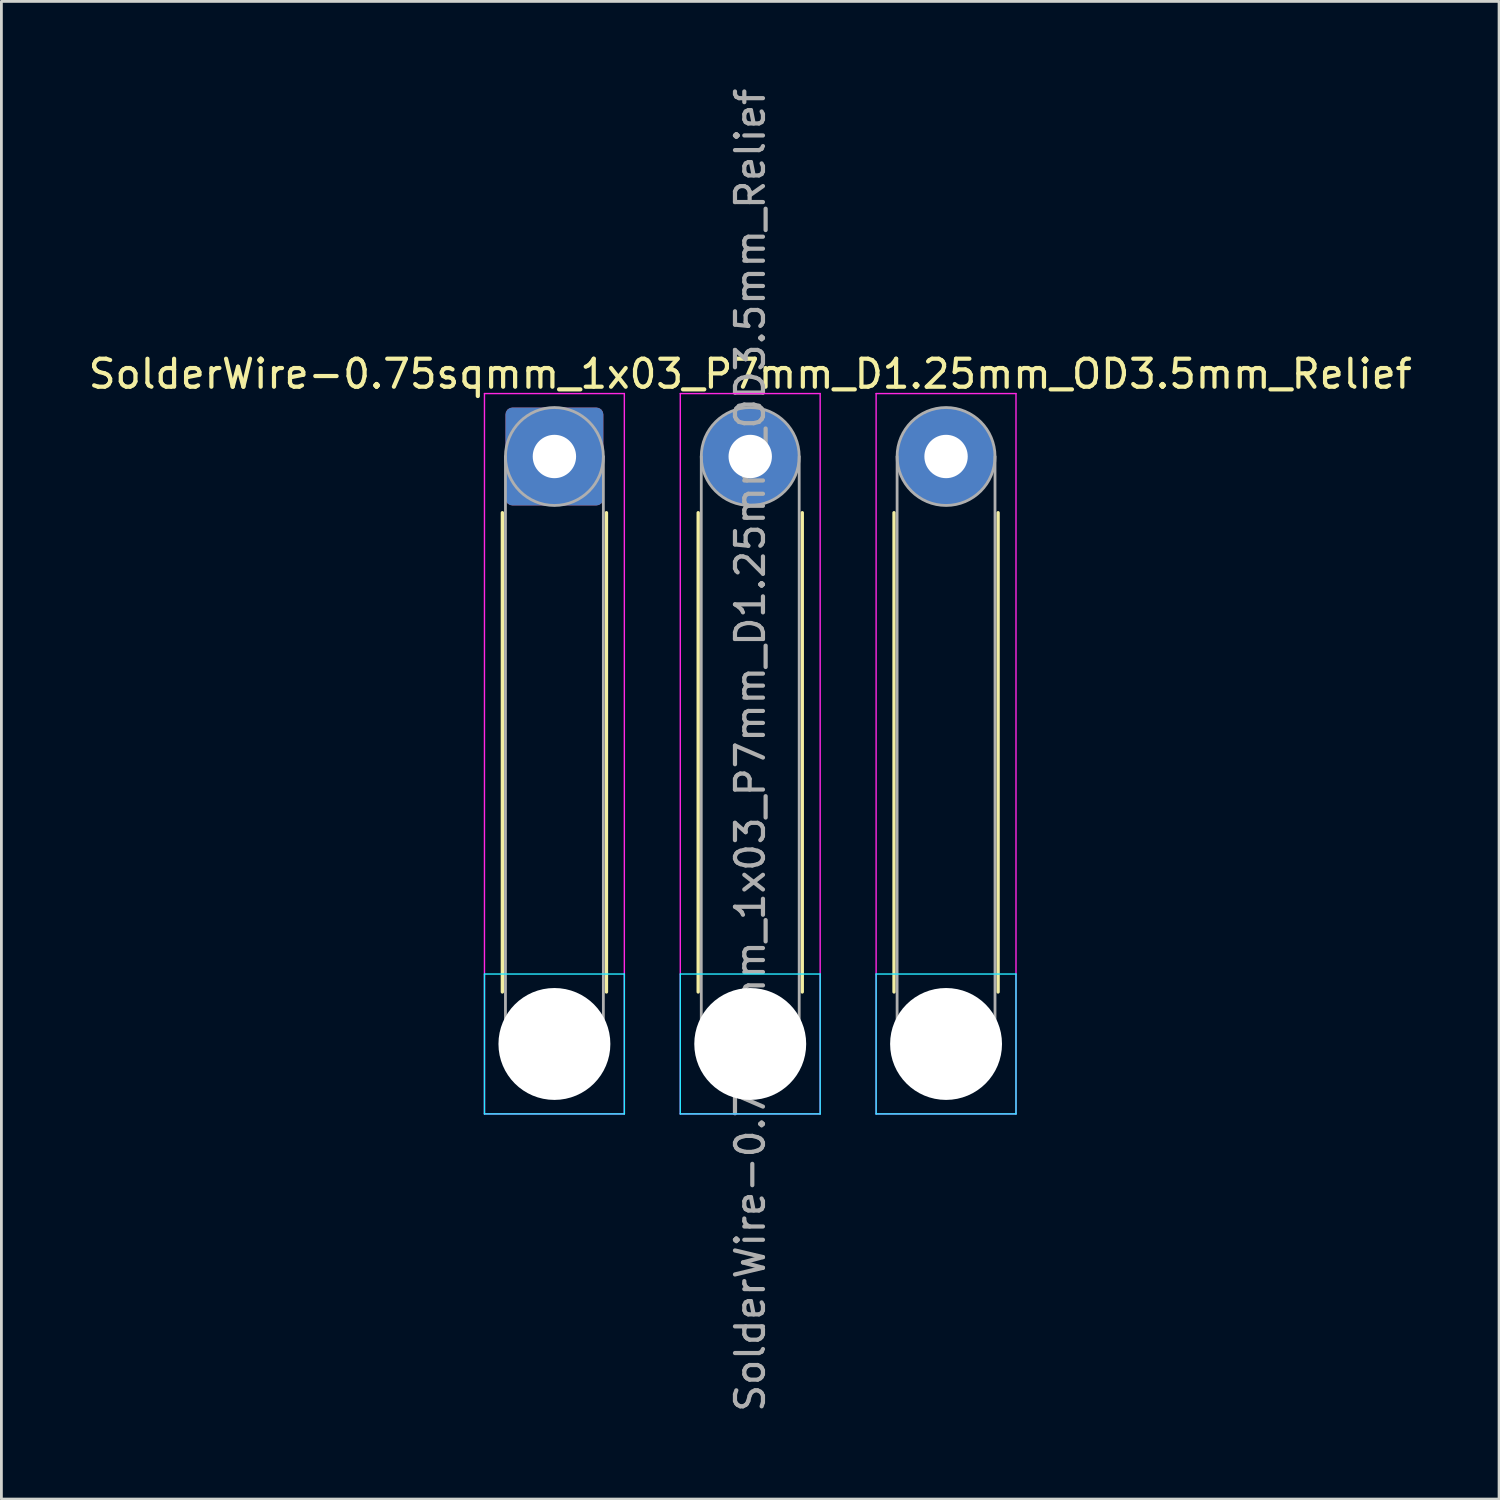
<source format=kicad_pcb>
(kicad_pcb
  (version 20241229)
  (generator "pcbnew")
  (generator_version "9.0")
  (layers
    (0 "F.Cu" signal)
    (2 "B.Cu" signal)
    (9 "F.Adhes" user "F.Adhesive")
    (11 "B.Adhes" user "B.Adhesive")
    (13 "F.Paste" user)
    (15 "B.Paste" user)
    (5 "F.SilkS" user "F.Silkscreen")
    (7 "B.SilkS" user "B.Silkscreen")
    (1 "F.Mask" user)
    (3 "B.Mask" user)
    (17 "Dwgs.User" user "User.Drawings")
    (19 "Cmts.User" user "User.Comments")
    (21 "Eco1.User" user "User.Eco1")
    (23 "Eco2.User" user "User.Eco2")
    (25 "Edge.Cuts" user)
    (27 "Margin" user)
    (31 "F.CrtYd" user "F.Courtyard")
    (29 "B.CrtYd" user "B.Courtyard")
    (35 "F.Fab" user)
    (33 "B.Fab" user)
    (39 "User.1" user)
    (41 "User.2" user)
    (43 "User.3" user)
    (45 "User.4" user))
  (footprint "SolderWire-0.75sqmm_1x03_P7mm_D1.25mm_OD3.5mm_Relief"
    (layer "F.Cu")
    (at 16.768 13.268)
    (property "Reference" "SolderWire-0.75sqmm_1x03_P7mm_D1.25mm_OD3.5mm_Relief" (at 7 -2.95 0) (layer "F.SilkS") (effects (font (size 1 1) (thickness 0.15))))
    (attr exclude_from_pos_files exclude_from_bom)
    (fp_line (start -1.86 2.01) (end -1.86 19.14) (stroke (width 0.12) (type solid)) (layer "F.SilkS"))
    (fp_line (start 1.86 2.01) (end 1.86 19.14) (stroke (width 0.12) (type solid)) (layer "F.SilkS"))
    (fp_line (start 5.14 2.01) (end 5.14 19.14) (stroke (width 0.12) (type solid)) (layer "F.SilkS"))
    (fp_line (start 8.86 2.01) (end 8.86 19.14) (stroke (width 0.12) (type solid)) (layer "F.SilkS"))
    (fp_line (start 12.14 2.01) (end 12.14 19.14) (stroke (width 0.12) (type solid)) (layer "F.SilkS"))
    (fp_line (start 15.86 2.01) (end 15.86 19.14) (stroke (width 0.12) (type solid)) (layer "F.SilkS"))
    (fp_line (start -2.5 18.5) (end -2.5 23.5) (stroke (width 0.05) (type solid)) (layer "B.CrtYd"))
    (fp_line (start -2.5 23.5) (end 2.5 23.5) (stroke (width 0.05) (type solid)) (layer "B.CrtYd"))
    (fp_line (start 2.5 18.5) (end -2.5 18.5) (stroke (width 0.05) (type solid)) (layer "B.CrtYd"))
    (fp_line (start 2.5 23.5) (end 2.5 18.5) (stroke (width 0.05) (type solid)) (layer "B.CrtYd"))
    (fp_line (start 4.5 18.5) (end 4.5 23.5) (stroke (width 0.05) (type solid)) (layer "B.CrtYd"))
    (fp_line (start 4.5 23.5) (end 9.5 23.5) (stroke (width 0.05) (type solid)) (layer "B.CrtYd"))
    (fp_line (start 9.5 18.5) (end 4.5 18.5) (stroke (width 0.05) (type solid)) (layer "B.CrtYd"))
    (fp_line (start 9.5 23.5) (end 9.5 18.5) (stroke (width 0.05) (type solid)) (layer "B.CrtYd"))
    (fp_line (start 11.5 18.5) (end 11.5 23.5) (stroke (width 0.05) (type solid)) (layer "B.CrtYd"))
    (fp_line (start 11.5 23.5) (end 16.5 23.5) (stroke (width 0.05) (type solid)) (layer "B.CrtYd"))
    (fp_line (start 16.5 18.5) (end 11.5 18.5) (stroke (width 0.05) (type solid)) (layer "B.CrtYd"))
    (fp_line (start 16.5 23.5) (end 16.5 18.5) (stroke (width 0.05) (type solid)) (layer "B.CrtYd"))
    (fp_line (start -2.5 -2.25) (end -2.5 23.5) (stroke (width 0.05) (type solid)) (layer "F.CrtYd"))
    (fp_line (start -2.5 23.5) (end 2.5 23.5) (stroke (width 0.05) (type solid)) (layer "F.CrtYd"))
    (fp_line (start 2.5 -2.25) (end -2.5 -2.25) (stroke (width 0.05) (type solid)) (layer "F.CrtYd"))
    (fp_line (start 2.5 23.5) (end 2.5 -2.25) (stroke (width 0.05) (type solid)) (layer "F.CrtYd"))
    (fp_line (start 4.5 -2.25) (end 4.5 23.5) (stroke (width 0.05) (type solid)) (layer "F.CrtYd"))
    (fp_line (start 4.5 23.5) (end 9.5 23.5) (stroke (width 0.05) (type solid)) (layer "F.CrtYd"))
    (fp_line (start 9.5 -2.25) (end 4.5 -2.25) (stroke (width 0.05) (type solid)) (layer "F.CrtYd"))
    (fp_line (start 9.5 23.5) (end 9.5 -2.25) (stroke (width 0.05) (type solid)) (layer "F.CrtYd"))
    (fp_line (start 11.5 -2.25) (end 11.5 23.5) (stroke (width 0.05) (type solid)) (layer "F.CrtYd"))
    (fp_line (start 11.5 23.5) (end 16.5 23.5) (stroke (width 0.05) (type solid)) (layer "F.CrtYd"))
    (fp_line (start 16.5 -2.25) (end 11.5 -2.25) (stroke (width 0.05) (type solid)) (layer "F.CrtYd"))
    (fp_line (start 16.5 23.5) (end 16.5 -2.25) (stroke (width 0.05) (type solid)) (layer "F.CrtYd"))
    (fp_line (start -1.75 0) (end -1.75 21) (stroke (width 0.1) (type solid)) (layer "F.Fab"))
    (fp_line (start 1.75 0) (end 1.75 21) (stroke (width 0.1) (type solid)) (layer "F.Fab"))
    (fp_line (start 5.25 0) (end 5.25 21) (stroke (width 0.1) (type solid)) (layer "F.Fab"))
    (fp_line (start 8.75 0) (end 8.75 21) (stroke (width 0.1) (type solid)) (layer "F.Fab"))
    (fp_line (start 12.25 0) (end 12.25 21) (stroke (width 0.1) (type solid)) (layer "F.Fab"))
    (fp_line (start 15.75 0) (end 15.75 21) (stroke (width 0.1) (type solid)) (layer "F.Fab"))
    (fp_circle (center 0 0) (end 1.75 0) (stroke (width 0.1) (type solid)) (fill no) (layer "F.Fab"))
    (fp_circle (center 0 21) (end 1.75 21) (stroke (width 0.1) (type solid)) (fill no) (layer "F.Fab"))
    (fp_circle (center 7 0) (end 8.75 0) (stroke (width 0.1) (type solid)) (fill no) (layer "F.Fab"))
    (fp_circle (center 7 21) (end 8.75 21) (stroke (width 0.1) (type solid)) (fill no) (layer "F.Fab"))
    (fp_circle (center 14 0) (end 15.75 0) (stroke (width 0.1) (type solid)) (fill no) (layer "F.Fab"))
    (fp_circle (center 14 21) (end 15.75 21) (stroke (width 0.1) (type solid)) (fill no) (layer "F.Fab"))
    (fp_text user "${REFERENCE}" (at 7 10.5 90) (layer "F.Fab") (effects (font (size 1 1) (thickness 0.15))))
    (pad "" np_thru_hole circle (at 0 21) (size 4 4) (drill 4) (layers "*.Cu" "*.Mask"))
    (pad "" np_thru_hole circle (at 7 21) (size 4 4) (drill 4) (layers "*.Cu" "*.Mask"))
    (pad "" np_thru_hole circle (at 14 21) (size 4 4) (drill 4) (layers "*.Cu" "*.Mask"))
    (pad "1" thru_hole roundrect (at 0 0) (size 3.5 3.5) (drill 1.55) (layers "*.Cu" "*.Mask") (roundrect_rratio 0.071))
    (pad "2" thru_hole circle (at 7 0) (size 3.5 3.5) (drill 1.55) (layers "*.Cu" "*.Mask"))
    (pad "3" thru_hole circle (at 14 0) (size 3.5 3.5) (drill 1.55) (layers "*.Cu" "*.Mask")))
  (gr_rect
    (start -3 -3)
    (end 50.536 50.536)
    (stroke (width 0.1) (type default))
    (fill no)
    (layer "Edge.Cuts")))
</source>
